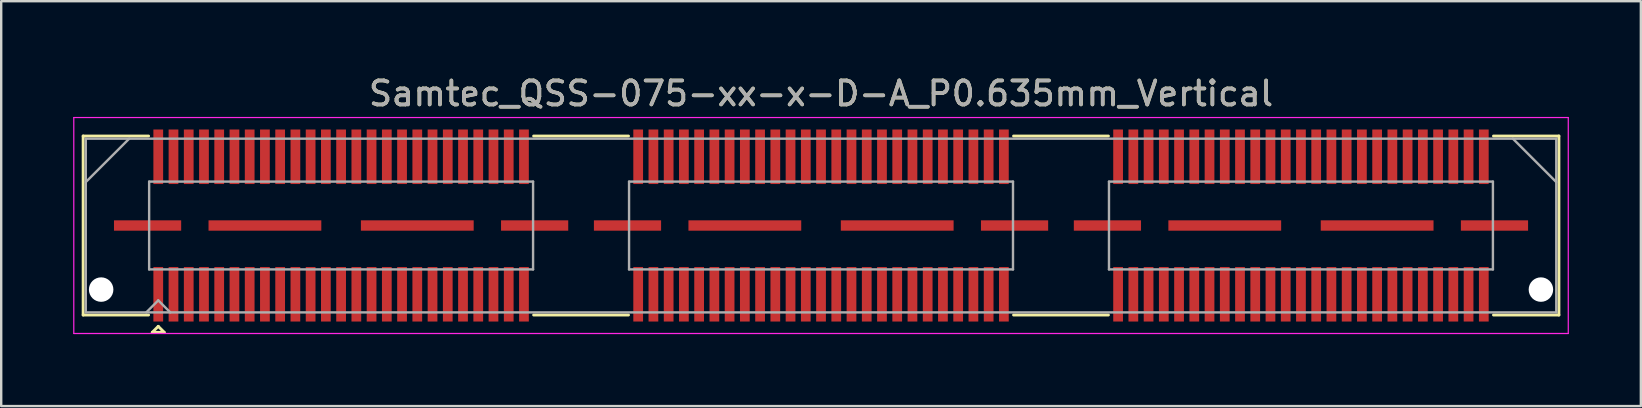
<source format=kicad_pcb>
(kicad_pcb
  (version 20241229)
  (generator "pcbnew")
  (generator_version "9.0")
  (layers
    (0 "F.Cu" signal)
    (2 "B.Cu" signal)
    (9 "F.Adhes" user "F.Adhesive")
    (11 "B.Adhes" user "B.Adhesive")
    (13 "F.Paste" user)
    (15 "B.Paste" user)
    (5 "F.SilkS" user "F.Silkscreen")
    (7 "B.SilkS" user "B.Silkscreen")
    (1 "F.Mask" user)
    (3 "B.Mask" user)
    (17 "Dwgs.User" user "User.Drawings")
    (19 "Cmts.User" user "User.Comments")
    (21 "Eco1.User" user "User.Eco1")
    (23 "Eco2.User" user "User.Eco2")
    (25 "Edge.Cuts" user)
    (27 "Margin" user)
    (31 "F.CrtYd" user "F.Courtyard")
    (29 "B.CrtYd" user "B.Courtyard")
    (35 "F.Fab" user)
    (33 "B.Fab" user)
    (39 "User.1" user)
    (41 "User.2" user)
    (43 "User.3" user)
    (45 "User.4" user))
  (footprint "Samtec_QSS-075-xx-x-D-A_P0.635mm_Vertical"
    (layer "F.Cu")
    (at 31.165 6.348)
    (property "Reference" "Samtec_QSS-075-xx-x-D-A_P0.635mm_Vertical" (at 0 -5.5 0) (layer "F.SilkS") (effects (font (size 1 1) (thickness 0.15))))
    (attr smd)
    (fp_line (start -30.75 -3.73) (end -28.023 -3.73) (stroke (width 0.12) (type solid)) (layer "F.SilkS"))
    (fp_line (start -30.75 3.73) (end -30.75 -3.73) (stroke (width 0.12) (type solid)) (layer "F.SilkS"))
    (fp_line (start -28.023 3.73) (end -30.75 3.73) (stroke (width 0.12) (type solid)) (layer "F.SilkS"))
    (fp_line (start -27.87 4.452) (end -27.62 4.202) (stroke (width 0.12) (type solid)) (layer "F.SilkS"))
    (fp_line (start -27.62 4.202) (end -27.37 4.452) (stroke (width 0.12) (type solid)) (layer "F.SilkS"))
    (fp_line (start -27.37 4.452) (end -27.87 4.452) (stroke (width 0.12) (type solid)) (layer "F.SilkS"))
    (fp_line (start -11.977 -3.73) (end -8.023 -3.73) (stroke (width 0.12) (type solid)) (layer "F.SilkS"))
    (fp_line (start -11.977 3.73) (end -8.023 3.73) (stroke (width 0.12) (type solid)) (layer "F.SilkS"))
    (fp_line (start 8.023 -3.73) (end 11.977 -3.73) (stroke (width 0.12) (type solid)) (layer "F.SilkS"))
    (fp_line (start 8.023 3.73) (end 11.977 3.73) (stroke (width 0.12) (type solid)) (layer "F.SilkS"))
    (fp_line (start 28.023 3.73) (end 30.75 3.73) (stroke (width 0.12) (type solid)) (layer "F.SilkS"))
    (fp_line (start 30.75 -3.73) (end 28.023 -3.73) (stroke (width 0.12) (type solid)) (layer "F.SilkS"))
    (fp_line (start 30.75 3.73) (end 30.75 -3.73) (stroke (width 0.12) (type solid)) (layer "F.SilkS"))
    (fp_line (start -31.14 -4.5) (end -31.14 4.5) (stroke (width 0.05) (type solid)) (layer "F.CrtYd"))
    (fp_line (start -31.14 4.5) (end 31.14 4.5) (stroke (width 0.05) (type solid)) (layer "F.CrtYd"))
    (fp_line (start 31.14 -4.5) (end -31.14 -4.5) (stroke (width 0.05) (type solid)) (layer "F.CrtYd"))
    (fp_line (start 31.14 4.5) (end 31.14 -4.5) (stroke (width 0.05) (type solid)) (layer "F.CrtYd"))
    (fp_line (start -30.64 -3.62) (end -30.64 3.62) (stroke (width 0.1) (type solid)) (layer "F.Fab"))
    (fp_line (start -30.64 -1.81) (end -28.83 -3.62) (stroke (width 0.1) (type solid)) (layer "F.Fab"))
    (fp_line (start -30.64 3.62) (end 30.64 3.62) (stroke (width 0.1) (type solid)) (layer "F.Fab"))
    (fp_line (start -28.12 3.62) (end -27.62 3.12) (stroke (width 0.1) (type solid)) (layer "F.Fab"))
    (fp_line (start -28 -1.83) (end -28 1.83) (stroke (width 0.1) (type solid)) (layer "F.Fab"))
    (fp_line (start -28 1.83) (end -12 1.83) (stroke (width 0.1) (type solid)) (layer "F.Fab"))
    (fp_line (start -27.62 3.12) (end -27.12 3.62) (stroke (width 0.1) (type solid)) (layer "F.Fab"))
    (fp_line (start -12 -1.83) (end -28 -1.83) (stroke (width 0.1) (type solid)) (layer "F.Fab"))
    (fp_line (start -12 1.83) (end -12 -1.83) (stroke (width 0.1) (type solid)) (layer "F.Fab"))
    (fp_line (start -8 -1.83) (end -8 1.83) (stroke (width 0.1) (type solid)) (layer "F.Fab"))
    (fp_line (start -8 1.83) (end 8 1.83) (stroke (width 0.1) (type solid)) (layer "F.Fab"))
    (fp_line (start 8 -1.83) (end -8 -1.83) (stroke (width 0.1) (type solid)) (layer "F.Fab"))
    (fp_line (start 8 1.83) (end 8 -1.83) (stroke (width 0.1) (type solid)) (layer "F.Fab"))
    (fp_line (start 12 -1.83) (end 12 1.83) (stroke (width 0.1) (type solid)) (layer "F.Fab"))
    (fp_line (start 12 1.83) (end 28 1.83) (stroke (width 0.1) (type solid)) (layer "F.Fab"))
    (fp_line (start 28 -1.83) (end 12 -1.83) (stroke (width 0.1) (type solid)) (layer "F.Fab"))
    (fp_line (start 28 1.83) (end 28 -1.83) (stroke (width 0.1) (type solid)) (layer "F.Fab"))
    (fp_line (start 30.64 -3.62) (end -30.64 -3.62) (stroke (width 0.1) (type solid)) (layer "F.Fab"))
    (fp_line (start 30.64 -1.81) (end 28.83 -3.62) (stroke (width 0.1) (type solid)) (layer "F.Fab"))
    (fp_line (start 30.64 3.62) (end 30.64 -3.62) (stroke (width 0.1) (type solid)) (layer "F.Fab"))
    (fp_text user "${REFERENCE}" (at 0 -5.5 0) (layer "F.Fab") (effects (font (size 1 1) (thickness 0.15))))
    (pad "" np_thru_hole circle (at -30 2.67) (size 1.02 1.02) (drill 1.02) (layers "*.Cu" "*.Mask"))
    (pad "" np_thru_hole circle (at 30 2.67) (size 1.02 1.02) (drill 1.02) (layers "*.Cu" "*.Mask"))
    (pad "1" smd rect (at -27.62 2.865) (size 0.406 2.273) (layers "F.Cu" "F.Mask" "F.Paste"))
    (pad "2" smd rect (at -27.62 -2.865) (size 0.406 2.273) (layers "F.Cu" "F.Mask" "F.Paste"))
    (pad "3" smd rect (at -26.985 2.865) (size 0.406 2.273) (layers "F.Cu" "F.Mask" "F.Paste"))
    (pad "4" smd rect (at -26.985 -2.865) (size 0.406 2.273) (layers "F.Cu" "F.Mask" "F.Paste"))
    (pad "5" smd rect (at -26.35 2.865) (size 0.406 2.273) (layers "F.Cu" "F.Mask" "F.Paste"))
    (pad "6" smd rect (at -26.35 -2.865) (size 0.406 2.273) (layers "F.Cu" "F.Mask" "F.Paste"))
    (pad "7" smd rect (at -25.715 2.865) (size 0.406 2.273) (layers "F.Cu" "F.Mask" "F.Paste"))
    (pad "8" smd rect (at -25.715 -2.865) (size 0.406 2.273) (layers "F.Cu" "F.Mask" "F.Paste"))
    (pad "9" smd rect (at -25.08 2.865) (size 0.406 2.273) (layers "F.Cu" "F.Mask" "F.Paste"))
    (pad "10" smd rect (at -25.08 -2.865) (size 0.406 2.273) (layers "F.Cu" "F.Mask" "F.Paste"))
    (pad "11" smd rect (at -24.445 2.865) (size 0.406 2.273) (layers "F.Cu" "F.Mask" "F.Paste"))
    (pad "12" smd rect (at -24.445 -2.865) (size 0.406 2.273) (layers "F.Cu" "F.Mask" "F.Paste"))
    (pad "13" smd rect (at -23.81 2.865) (size 0.406 2.273) (layers "F.Cu" "F.Mask" "F.Paste"))
    (pad "14" smd rect (at -23.81 -2.865) (size 0.406 2.273) (layers "F.Cu" "F.Mask" "F.Paste"))
    (pad "15" smd rect (at -23.175 2.865) (size 0.406 2.273) (layers "F.Cu" "F.Mask" "F.Paste"))
    (pad "16" smd rect (at -23.175 -2.865) (size 0.406 2.273) (layers "F.Cu" "F.Mask" "F.Paste"))
    (pad "17" smd rect (at -22.54 2.865) (size 0.406 2.273) (layers "F.Cu" "F.Mask" "F.Paste"))
    (pad "18" smd rect (at -22.54 -2.865) (size 0.406 2.273) (layers "F.Cu" "F.Mask" "F.Paste"))
    (pad "19" smd rect (at -21.905 2.865) (size 0.406 2.273) (layers "F.Cu" "F.Mask" "F.Paste"))
    (pad "20" smd rect (at -21.905 -2.865) (size 0.406 2.273) (layers "F.Cu" "F.Mask" "F.Paste"))
    (pad "21" smd rect (at -21.27 2.865) (size 0.406 2.273) (layers "F.Cu" "F.Mask" "F.Paste"))
    (pad "22" smd rect (at -21.27 -2.865) (size 0.406 2.273) (layers "F.Cu" "F.Mask" "F.Paste"))
    (pad "23" smd rect (at -20.635 2.865) (size 0.406 2.273) (layers "F.Cu" "F.Mask" "F.Paste"))
    (pad "24" smd rect (at -20.635 -2.865) (size 0.406 2.273) (layers "F.Cu" "F.Mask" "F.Paste"))
    (pad "25" smd rect (at -20 2.865) (size 0.406 2.273) (layers "F.Cu" "F.Mask" "F.Paste"))
    (pad "26" smd rect (at -20 -2.865) (size 0.406 2.273) (layers "F.Cu" "F.Mask" "F.Paste"))
    (pad "27" smd rect (at -19.365 2.865) (size 0.406 2.273) (layers "F.Cu" "F.Mask" "F.Paste"))
    (pad "28" smd rect (at -19.365 -2.865) (size 0.406 2.273) (layers "F.Cu" "F.Mask" "F.Paste"))
    (pad "29" smd rect (at -18.73 2.865) (size 0.406 2.273) (layers "F.Cu" "F.Mask" "F.Paste"))
    (pad "30" smd rect (at -18.73 -2.865) (size 0.406 2.273) (layers "F.Cu" "F.Mask" "F.Paste"))
    (pad "31" smd rect (at -18.095 2.865) (size 0.406 2.273) (layers "F.Cu" "F.Mask" "F.Paste"))
    (pad "32" smd rect (at -18.095 -2.865) (size 0.406 2.273) (layers "F.Cu" "F.Mask" "F.Paste"))
    (pad "33" smd rect (at -17.46 2.865) (size 0.406 2.273) (layers "F.Cu" "F.Mask" "F.Paste"))
    (pad "34" smd rect (at -17.46 -2.865) (size 0.406 2.273) (layers "F.Cu" "F.Mask" "F.Paste"))
    (pad "35" smd rect (at -16.825 2.865) (size 0.406 2.273) (layers "F.Cu" "F.Mask" "F.Paste"))
    (pad "36" smd rect (at -16.825 -2.865) (size 0.406 2.273) (layers "F.Cu" "F.Mask" "F.Paste"))
    (pad "37" smd rect (at -16.19 2.865) (size 0.406 2.273) (layers "F.Cu" "F.Mask" "F.Paste"))
    (pad "38" smd rect (at -16.19 -2.865) (size 0.406 2.273) (layers "F.Cu" "F.Mask" "F.Paste"))
    (pad "39" smd rect (at -15.555 2.865) (size 0.406 2.273) (layers "F.Cu" "F.Mask" "F.Paste"))
    (pad "40" smd rect (at -15.555 -2.865) (size 0.406 2.273) (layers "F.Cu" "F.Mask" "F.Paste"))
    (pad "41" smd rect (at -14.92 2.865) (size 0.406 2.273) (layers "F.Cu" "F.Mask" "F.Paste"))
    (pad "42" smd rect (at -14.92 -2.865) (size 0.406 2.273) (layers "F.Cu" "F.Mask" "F.Paste"))
    (pad "43" smd rect (at -14.285 2.865) (size 0.406 2.273) (layers "F.Cu" "F.Mask" "F.Paste"))
    (pad "44" smd rect (at -14.285 -2.865) (size 0.406 2.273) (layers "F.Cu" "F.Mask" "F.Paste"))
    (pad "45" smd rect (at -13.65 2.865) (size 0.406 2.273) (layers "F.Cu" "F.Mask" "F.Paste"))
    (pad "46" smd rect (at -13.65 -2.865) (size 0.406 2.273) (layers "F.Cu" "F.Mask" "F.Paste"))
    (pad "47" smd rect (at -13.015 2.865) (size 0.406 2.273) (layers "F.Cu" "F.Mask" "F.Paste"))
    (pad "48" smd rect (at -13.015 -2.865) (size 0.406 2.273) (layers "F.Cu" "F.Mask" "F.Paste"))
    (pad "49" smd rect (at -12.38 2.865) (size 0.406 2.273) (layers "F.Cu" "F.Mask" "F.Paste"))
    (pad "50" smd rect (at -12.38 -2.865) (size 0.406 2.273) (layers "F.Cu" "F.Mask" "F.Paste"))
    (pad "51" smd rect (at -7.62 2.865) (size 0.406 2.273) (layers "F.Cu" "F.Mask" "F.Paste"))
    (pad "52" smd rect (at -7.62 -2.865) (size 0.406 2.273) (layers "F.Cu" "F.Mask" "F.Paste"))
    (pad "53" smd rect (at -6.985 2.865) (size 0.406 2.273) (layers "F.Cu" "F.Mask" "F.Paste"))
    (pad "54" smd rect (at -6.985 -2.865) (size 0.406 2.273) (layers "F.Cu" "F.Mask" "F.Paste"))
    (pad "55" smd rect (at -6.35 2.865) (size 0.406 2.273) (layers "F.Cu" "F.Mask" "F.Paste"))
    (pad "56" smd rect (at -6.35 -2.865) (size 0.406 2.273) (layers "F.Cu" "F.Mask" "F.Paste"))
    (pad "57" smd rect (at -5.715 2.865) (size 0.406 2.273) (layers "F.Cu" "F.Mask" "F.Paste"))
    (pad "58" smd rect (at -5.715 -2.865) (size 0.406 2.273) (layers "F.Cu" "F.Mask" "F.Paste"))
    (pad "59" smd rect (at -5.08 2.865) (size 0.406 2.273) (layers "F.Cu" "F.Mask" "F.Paste"))
    (pad "60" smd rect (at -5.08 -2.865) (size 0.406 2.273) (layers "F.Cu" "F.Mask" "F.Paste"))
    (pad "61" smd rect (at -4.445 2.865) (size 0.406 2.273) (layers "F.Cu" "F.Mask" "F.Paste"))
    (pad "62" smd rect (at -4.445 -2.865) (size 0.406 2.273) (layers "F.Cu" "F.Mask" "F.Paste"))
    (pad "63" smd rect (at -3.81 2.865) (size 0.406 2.273) (layers "F.Cu" "F.Mask" "F.Paste"))
    (pad "64" smd rect (at -3.81 -2.865) (size 0.406 2.273) (layers "F.Cu" "F.Mask" "F.Paste"))
    (pad "65" smd rect (at -3.175 2.865) (size 0.406 2.273) (layers "F.Cu" "F.Mask" "F.Paste"))
    (pad "66" smd rect (at -3.175 -2.865) (size 0.406 2.273) (layers "F.Cu" "F.Mask" "F.Paste"))
    (pad "67" smd rect (at -2.54 2.865) (size 0.406 2.273) (layers "F.Cu" "F.Mask" "F.Paste"))
    (pad "68" smd rect (at -2.54 -2.865) (size 0.406 2.273) (layers "F.Cu" "F.Mask" "F.Paste"))
    (pad "69" smd rect (at -1.905 2.865) (size 0.406 2.273) (layers "F.Cu" "F.Mask" "F.Paste"))
    (pad "70" smd rect (at -1.905 -2.865) (size 0.406 2.273) (layers "F.Cu" "F.Mask" "F.Paste"))
    (pad "71" smd rect (at -1.27 2.865) (size 0.406 2.273) (layers "F.Cu" "F.Mask" "F.Paste"))
    (pad "72" smd rect (at -1.27 -2.865) (size 0.406 2.273) (layers "F.Cu" "F.Mask" "F.Paste"))
    (pad "73" smd rect (at -0.635 2.865) (size 0.406 2.273) (layers "F.Cu" "F.Mask" "F.Paste"))
    (pad "74" smd rect (at -0.635 -2.865) (size 0.406 2.273) (layers "F.Cu" "F.Mask" "F.Paste"))
    (pad "75" smd rect (at 0 2.865) (size 0.406 2.273) (layers "F.Cu" "F.Mask" "F.Paste"))
    (pad "76" smd rect (at 0 -2.865) (size 0.406 2.273) (layers "F.Cu" "F.Mask" "F.Paste"))
    (pad "77" smd rect (at 0.635 2.865) (size 0.406 2.273) (layers "F.Cu" "F.Mask" "F.Paste"))
    (pad "78" smd rect (at 0.635 -2.865) (size 0.406 2.273) (layers "F.Cu" "F.Mask" "F.Paste"))
    (pad "79" smd rect (at 1.27 2.865) (size 0.406 2.273) (layers "F.Cu" "F.Mask" "F.Paste"))
    (pad "80" smd rect (at 1.27 -2.865) (size 0.406 2.273) (layers "F.Cu" "F.Mask" "F.Paste"))
    (pad "81" smd rect (at 1.905 2.865) (size 0.406 2.273) (layers "F.Cu" "F.Mask" "F.Paste"))
    (pad "82" smd rect (at 1.905 -2.865) (size 0.406 2.273) (layers "F.Cu" "F.Mask" "F.Paste"))
    (pad "83" smd rect (at 2.54 2.865) (size 0.406 2.273) (layers "F.Cu" "F.Mask" "F.Paste"))
    (pad "84" smd rect (at 2.54 -2.865) (size 0.406 2.273) (layers "F.Cu" "F.Mask" "F.Paste"))
    (pad "85" smd rect (at 3.175 2.865) (size 0.406 2.273) (layers "F.Cu" "F.Mask" "F.Paste"))
    (pad "86" smd rect (at 3.175 -2.865) (size 0.406 2.273) (layers "F.Cu" "F.Mask" "F.Paste"))
    (pad "87" smd rect (at 3.81 2.865) (size 0.406 2.273) (layers "F.Cu" "F.Mask" "F.Paste"))
    (pad "88" smd rect (at 3.81 -2.865) (size 0.406 2.273) (layers "F.Cu" "F.Mask" "F.Paste"))
    (pad "89" smd rect (at 4.445 2.865) (size 0.406 2.273) (layers "F.Cu" "F.Mask" "F.Paste"))
    (pad "90" smd rect (at 4.445 -2.865) (size 0.406 2.273) (layers "F.Cu" "F.Mask" "F.Paste"))
    (pad "91" smd rect (at 5.08 2.865) (size 0.406 2.273) (layers "F.Cu" "F.Mask" "F.Paste"))
    (pad "92" smd rect (at 5.08 -2.865) (size 0.406 2.273) (layers "F.Cu" "F.Mask" "F.Paste"))
    (pad "93" smd rect (at 5.715 2.865) (size 0.406 2.273) (layers "F.Cu" "F.Mask" "F.Paste"))
    (pad "94" smd rect (at 5.715 -2.865) (size 0.406 2.273) (layers "F.Cu" "F.Mask" "F.Paste"))
    (pad "95" smd rect (at 6.35 2.865) (size 0.406 2.273) (layers "F.Cu" "F.Mask" "F.Paste"))
    (pad "96" smd rect (at 6.35 -2.865) (size 0.406 2.273) (layers "F.Cu" "F.Mask" "F.Paste"))
    (pad "97" smd rect (at 6.985 2.865) (size 0.406 2.273) (layers "F.Cu" "F.Mask" "F.Paste"))
    (pad "98" smd rect (at 6.985 -2.865) (size 0.406 2.273) (layers "F.Cu" "F.Mask" "F.Paste"))
    (pad "99" smd rect (at 7.62 2.865) (size 0.406 2.273) (layers "F.Cu" "F.Mask" "F.Paste"))
    (pad "100" smd rect (at 7.62 -2.865) (size 0.406 2.273) (layers "F.Cu" "F.Mask" "F.Paste"))
    (pad "101" smd rect (at 12.38 2.865) (size 0.406 2.273) (layers "F.Cu" "F.Mask" "F.Paste"))
    (pad "102" smd rect (at 12.38 -2.865) (size 0.406 2.273) (layers "F.Cu" "F.Mask" "F.Paste"))
    (pad "103" smd rect (at 13.015 2.865) (size 0.406 2.273) (layers "F.Cu" "F.Mask" "F.Paste"))
    (pad "104" smd rect (at 13.015 -2.865) (size 0.406 2.273) (layers "F.Cu" "F.Mask" "F.Paste"))
    (pad "105" smd rect (at 13.65 2.865) (size 0.406 2.273) (layers "F.Cu" "F.Mask" "F.Paste"))
    (pad "106" smd rect (at 13.65 -2.865) (size 0.406 2.273) (layers "F.Cu" "F.Mask" "F.Paste"))
    (pad "107" smd rect (at 14.285 2.865) (size 0.406 2.273) (layers "F.Cu" "F.Mask" "F.Paste"))
    (pad "108" smd rect (at 14.285 -2.865) (size 0.406 2.273) (layers "F.Cu" "F.Mask" "F.Paste"))
    (pad "109" smd rect (at 14.92 2.865) (size 0.406 2.273) (layers "F.Cu" "F.Mask" "F.Paste"))
    (pad "110" smd rect (at 14.92 -2.865) (size 0.406 2.273) (layers "F.Cu" "F.Mask" "F.Paste"))
    (pad "111" smd rect (at 15.555 2.865) (size 0.406 2.273) (layers "F.Cu" "F.Mask" "F.Paste"))
    (pad "112" smd rect (at 15.555 -2.865) (size 0.406 2.273) (layers "F.Cu" "F.Mask" "F.Paste"))
    (pad "113" smd rect (at 16.19 2.865) (size 0.406 2.273) (layers "F.Cu" "F.Mask" "F.Paste"))
    (pad "114" smd rect (at 16.19 -2.865) (size 0.406 2.273) (layers "F.Cu" "F.Mask" "F.Paste"))
    (pad "115" smd rect (at 16.825 2.865) (size 0.406 2.273) (layers "F.Cu" "F.Mask" "F.Paste"))
    (pad "116" smd rect (at 16.825 -2.865) (size 0.406 2.273) (layers "F.Cu" "F.Mask" "F.Paste"))
    (pad "117" smd rect (at 17.46 2.865) (size 0.406 2.273) (layers "F.Cu" "F.Mask" "F.Paste"))
    (pad "118" smd rect (at 17.46 -2.865) (size 0.406 2.273) (layers "F.Cu" "F.Mask" "F.Paste"))
    (pad "119" smd rect (at 18.095 2.865) (size 0.406 2.273) (layers "F.Cu" "F.Mask" "F.Paste"))
    (pad "120" smd rect (at 18.095 -2.865) (size 0.406 2.273) (layers "F.Cu" "F.Mask" "F.Paste"))
    (pad "121" smd rect (at 18.73 2.865) (size 0.406 2.273) (layers "F.Cu" "F.Mask" "F.Paste"))
    (pad "122" smd rect (at 18.73 -2.865) (size 0.406 2.273) (layers "F.Cu" "F.Mask" "F.Paste"))
    (pad "123" smd rect (at 19.365 2.865) (size 0.406 2.273) (layers "F.Cu" "F.Mask" "F.Paste"))
    (pad "124" smd rect (at 19.365 -2.865) (size 0.406 2.273) (layers "F.Cu" "F.Mask" "F.Paste"))
    (pad "125" smd rect (at 20 2.865) (size 0.406 2.273) (layers "F.Cu" "F.Mask" "F.Paste"))
    (pad "126" smd rect (at 20 -2.865) (size 0.406 2.273) (layers "F.Cu" "F.Mask" "F.Paste"))
    (pad "127" smd rect (at 20.635 2.865) (size 0.406 2.273) (layers "F.Cu" "F.Mask" "F.Paste"))
    (pad "128" smd rect (at 20.635 -2.865) (size 0.406 2.273) (layers "F.Cu" "F.Mask" "F.Paste"))
    (pad "129" smd rect (at 21.27 2.865) (size 0.406 2.273) (layers "F.Cu" "F.Mask" "F.Paste"))
    (pad "130" smd rect (at 21.27 -2.865) (size 0.406 2.273) (layers "F.Cu" "F.Mask" "F.Paste"))
    (pad "131" smd rect (at 21.905 2.865) (size 0.406 2.273) (layers "F.Cu" "F.Mask" "F.Paste"))
    (pad "132" smd rect (at 21.905 -2.865) (size 0.406 2.273) (layers "F.Cu" "F.Mask" "F.Paste"))
    (pad "133" smd rect (at 22.54 2.865) (size 0.406 2.273) (layers "F.Cu" "F.Mask" "F.Paste"))
    (pad "134" smd rect (at 22.54 -2.865) (size 0.406 2.273) (layers "F.Cu" "F.Mask" "F.Paste"))
    (pad "135" smd rect (at 23.175 2.865) (size 0.406 2.273) (layers "F.Cu" "F.Mask" "F.Paste"))
    (pad "136" smd rect (at 23.175 -2.865) (size 0.406 2.273) (layers "F.Cu" "F.Mask" "F.Paste"))
    (pad "137" smd rect (at 23.81 2.865) (size 0.406 2.273) (layers "F.Cu" "F.Mask" "F.Paste"))
    (pad "138" smd rect (at 23.81 -2.865) (size 0.406 2.273) (layers "F.Cu" "F.Mask" "F.Paste"))
    (pad "139" smd rect (at 24.445 2.865) (size 0.406 2.273) (layers "F.Cu" "F.Mask" "F.Paste"))
    (pad "140" smd rect (at 24.445 -2.865) (size 0.406 2.273) (layers "F.Cu" "F.Mask" "F.Paste"))
    (pad "141" smd rect (at 25.08 2.865) (size 0.406 2.273) (layers "F.Cu" "F.Mask" "F.Paste"))
    (pad "142" smd rect (at 25.08 -2.865) (size 0.406 2.273) (layers "F.Cu" "F.Mask" "F.Paste"))
    (pad "143" smd rect (at 25.715 2.865) (size 0.406 2.273) (layers "F.Cu" "F.Mask" "F.Paste"))
    (pad "144" smd rect (at 25.715 -2.865) (size 0.406 2.273) (layers "F.Cu" "F.Mask" "F.Paste"))
    (pad "145" smd rect (at 26.35 2.865) (size 0.406 2.273) (layers "F.Cu" "F.Mask" "F.Paste"))
    (pad "146" smd rect (at 26.35 -2.865) (size 0.406 2.273) (layers "F.Cu" "F.Mask" "F.Paste"))
    (pad "147" smd rect (at 26.985 2.865) (size 0.406 2.273) (layers "F.Cu" "F.Mask" "F.Paste"))
    (pad "148" smd rect (at 26.985 -2.865) (size 0.406 2.273) (layers "F.Cu" "F.Mask" "F.Paste"))
    (pad "149" smd rect (at 27.62 2.865) (size 0.406 2.273) (layers "F.Cu" "F.Mask" "F.Paste"))
    (pad "150" smd rect (at 27.62 -2.865) (size 0.406 2.273) (layers "F.Cu" "F.Mask" "F.Paste"))
    (pad "P1" smd rect (at -28.065 0) (size 2.8 0.432) (layers "F.Cu" "F.Mask" "F.Paste"))
    (pad "P1" smd rect (at -23.175 0) (size 4.7 0.432) (layers "F.Cu" "F.Mask" "F.Paste"))
    (pad "P1" smd rect (at -16.825 0) (size 4.7 0.432) (layers "F.Cu" "F.Mask" "F.Paste"))
    (pad "P1" smd rect (at -11.935 0) (size 2.8 0.432) (layers "F.Cu" "F.Mask" "F.Paste"))
    (pad "P2" smd rect (at -8.065 0) (size 2.8 0.432) (layers "F.Cu" "F.Mask" "F.Paste"))
    (pad "P2" smd rect (at -3.175 0) (size 4.7 0.432) (layers "F.Cu" "F.Mask" "F.Paste"))
    (pad "P2" smd rect (at 3.175 0) (size 4.7 0.432) (layers "F.Cu" "F.Mask" "F.Paste"))
    (pad "P2" smd rect (at 8.065 0) (size 2.8 0.432) (layers "F.Cu" "F.Mask" "F.Paste"))
    (pad "P3" smd rect (at 11.935 0) (size 2.8 0.432) (layers "F.Cu" "F.Mask" "F.Paste"))
    (pad "P3" smd rect (at 16.825 0) (size 4.7 0.432) (layers "F.Cu" "F.Mask" "F.Paste"))
    (pad "P3" smd rect (at 23.175 0) (size 4.7 0.432) (layers "F.Cu" "F.Mask" "F.Paste"))
    (pad "P3" smd rect (at 28.065 0) (size 2.8 0.432) (layers "F.Cu" "F.Mask" "F.Paste")))
  (gr_rect
    (start -3 -3)
    (end 65.33 13.873)
    (stroke (width 0.1) (type default))
    (fill no)
    (layer "Edge.Cuts")))
</source>
